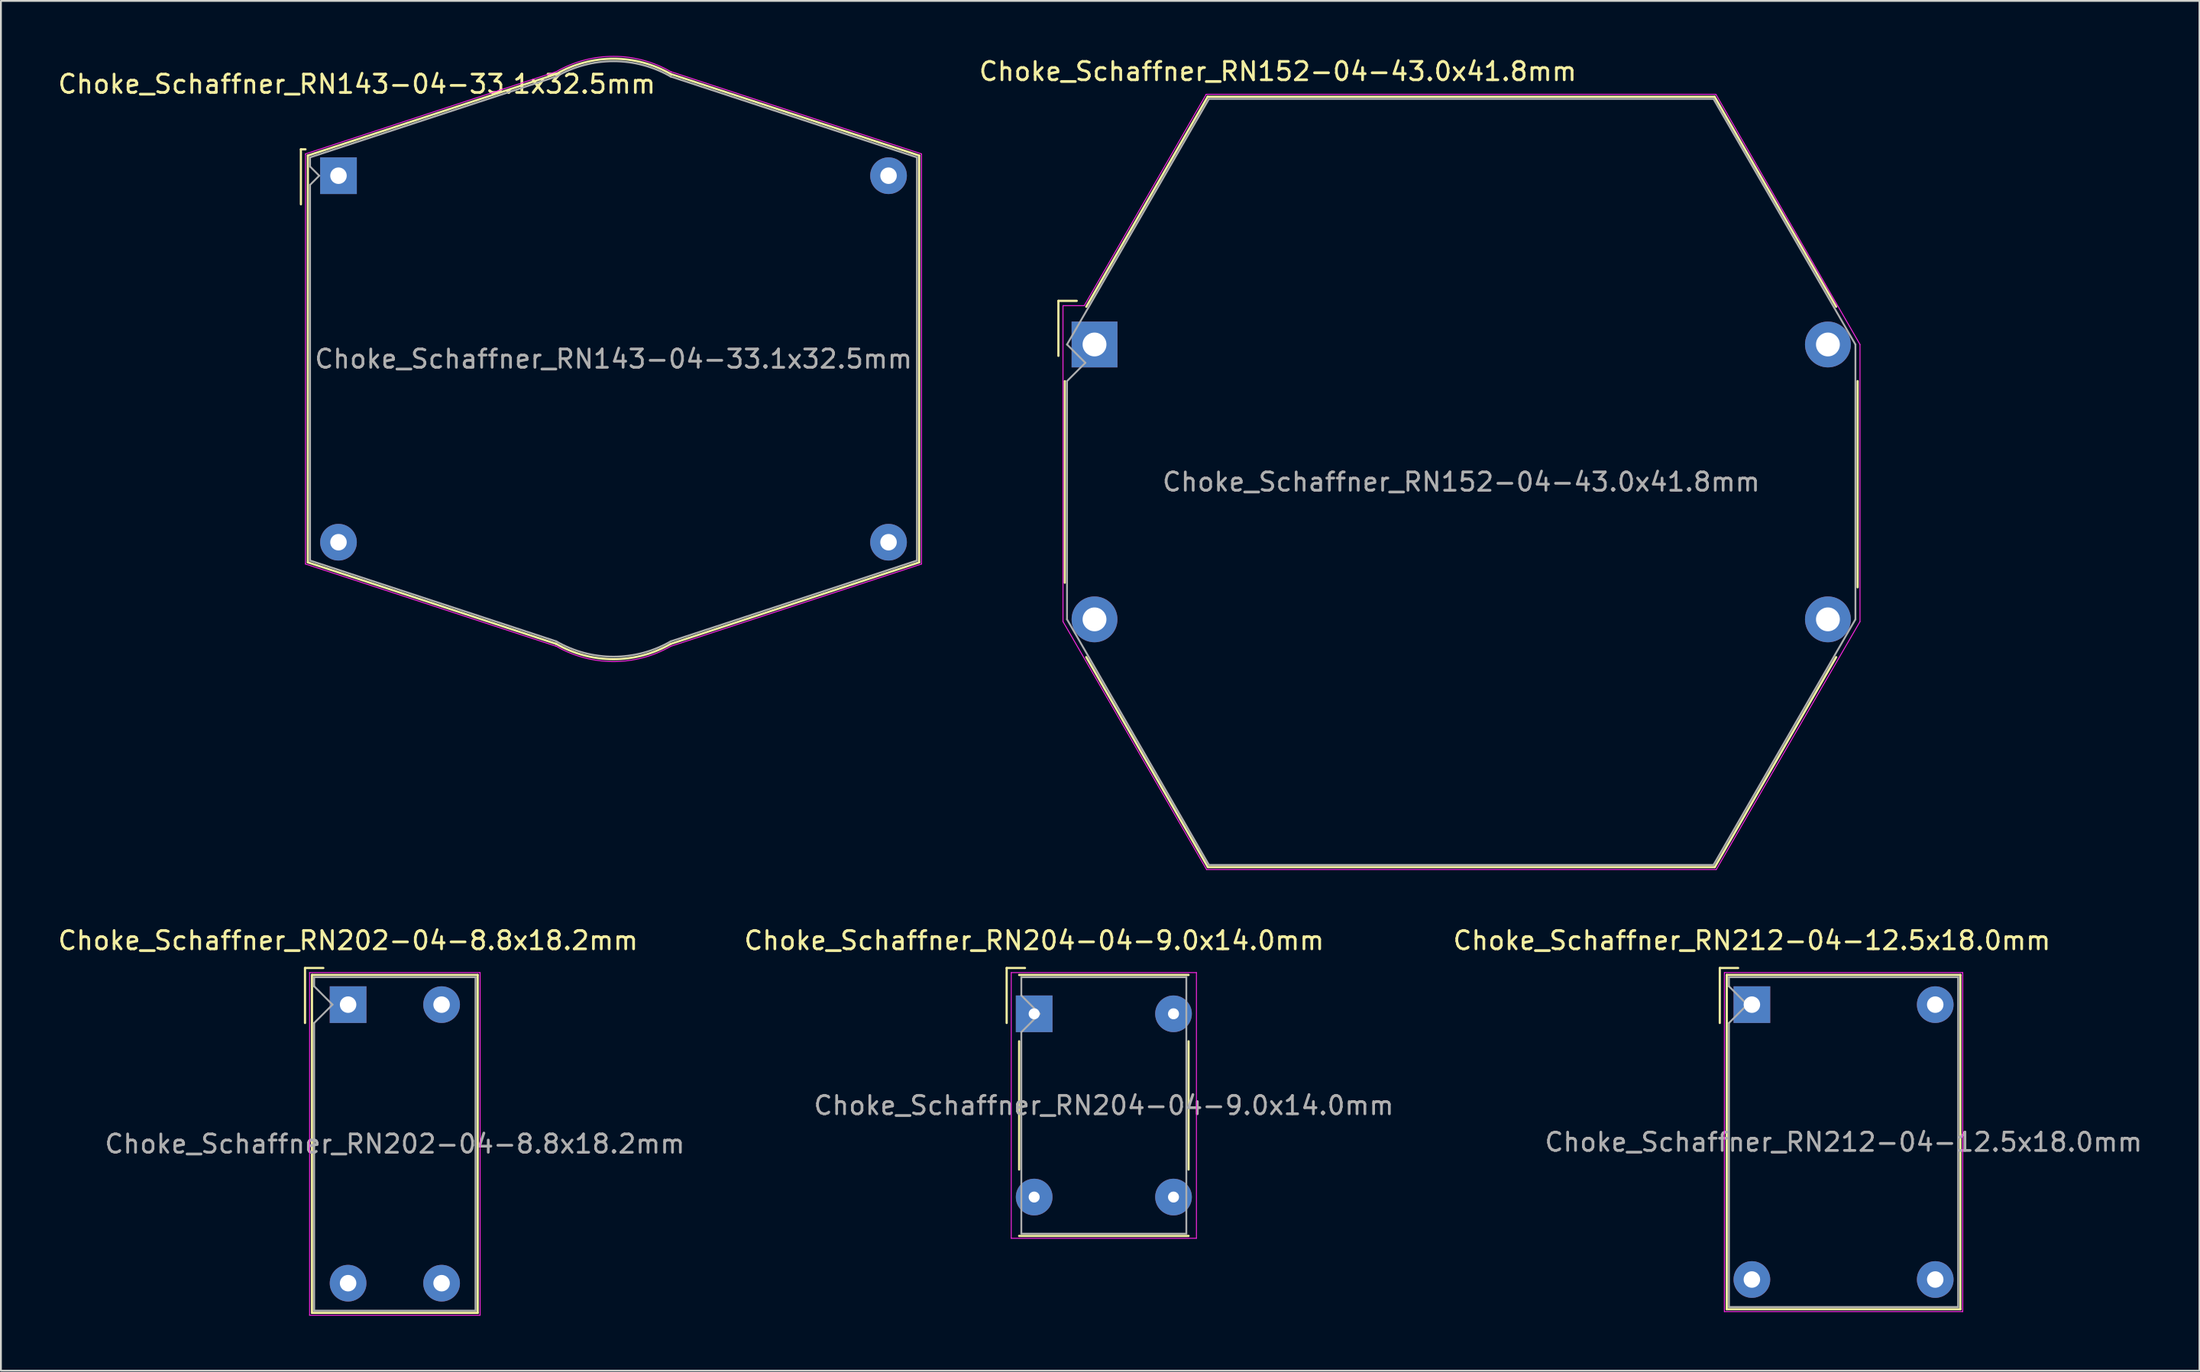
<source format=kicad_pcb>
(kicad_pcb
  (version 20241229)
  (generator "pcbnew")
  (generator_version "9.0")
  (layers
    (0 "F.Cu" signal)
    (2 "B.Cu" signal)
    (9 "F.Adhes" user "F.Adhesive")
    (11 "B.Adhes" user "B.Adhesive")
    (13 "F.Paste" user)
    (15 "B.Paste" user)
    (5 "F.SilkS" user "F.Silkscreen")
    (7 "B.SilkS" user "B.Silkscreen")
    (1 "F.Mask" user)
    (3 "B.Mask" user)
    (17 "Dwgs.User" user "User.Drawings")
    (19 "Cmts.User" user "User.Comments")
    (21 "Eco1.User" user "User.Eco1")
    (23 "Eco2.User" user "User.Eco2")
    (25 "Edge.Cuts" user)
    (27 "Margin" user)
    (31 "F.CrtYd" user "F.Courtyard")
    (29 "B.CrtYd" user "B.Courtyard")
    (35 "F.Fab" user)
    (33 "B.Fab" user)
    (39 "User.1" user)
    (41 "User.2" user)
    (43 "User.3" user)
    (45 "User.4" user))
  (footprint "Choke_Schaffner_RN143-04-33.1x32.5mm"
    (layer "F.Cu")
    (at 15.411 6.538)
    (property "Reference" "Choke_Schaffner_RN143-04-33.1x32.5mm" (at 1 -5 0) (layer "F.SilkS") (effects (font (size 1 1) (thickness 0.15))))
    (attr through_hole)
    (fp_line (start -2.05 -1.44) (end -2.05 1.56) (stroke (width 0.12) (type solid)) (layer "F.SilkS"))
    (fp_line (start -2.05 -1.44) (end -1.8 -1.44) (stroke (width 0.12) (type solid)) (layer "F.SilkS"))
    (fp_line (start -1.67 -1.1) (end 11.88 -5.55) (stroke (width 0.12) (type solid)) (layer "F.SilkS"))
    (fp_line (start -1.67 21.1) (end -1.67 -1.1) (stroke (width 0.12) (type solid)) (layer "F.SilkS"))
    (fp_line (start 11.88 25.55) (end -1.67 21.1) (stroke (width 0.12) (type solid)) (layer "F.SilkS"))
    (fp_line (start 18.12 -5.55) (end 31.67 -1.1) (stroke (width 0.12) (type solid)) (layer "F.SilkS"))
    (fp_line (start 31.67 -1.1) (end 31.67 21.1) (stroke (width 0.12) (type solid)) (layer "F.SilkS"))
    (fp_line (start 31.67 21.1) (end 18.12 25.55) (stroke (width 0.12) (type solid)) (layer "F.SilkS"))
    (fp_arc (start 11.88 -5.55) (mid 15.013001 -6.382518) (end 18.142518 -5.536999) (stroke (width 0.12) (type solid)) (layer "F.SilkS"))
    (fp_arc (start 18.12 25.55) (mid 14.986999 26.382518) (end 11.857482 25.536999) (stroke (width 0.12) (type solid)) (layer "F.SilkS"))
    (fp_line (start -1.8 -1.19) (end 11.88 -5.68) (stroke (width 0.05) (type solid)) (layer "F.CrtYd"))
    (fp_line (start -1.8 21.19) (end -1.8 -1.19) (stroke (width 0.05) (type solid)) (layer "F.CrtYd"))
    (fp_line (start 11.88 25.68) (end -1.8 21.19) (stroke (width 0.05) (type solid)) (layer "F.CrtYd"))
    (fp_line (start 18.12 -5.68) (end 31.8 -1.19) (stroke (width 0.05) (type solid)) (layer "F.CrtYd"))
    (fp_line (start 31.8 -1.19) (end 31.8 21.19) (stroke (width 0.05) (type solid)) (layer "F.CrtYd"))
    (fp_line (start 31.8 21.19) (end 18.12 25.68) (stroke (width 0.05) (type solid)) (layer "F.CrtYd"))
    (fp_arc (start 11.88 -5.68) (mid 15.013001 -6.512518) (end 18.142518 -5.666999) (stroke (width 0.05) (type solid)) (layer "F.CrtYd"))
    (fp_arc (start 18.12 25.68) (mid 14.986999 26.512518) (end 11.857482 25.666999) (stroke (width 0.05) (type solid)) (layer "F.CrtYd"))
    (fp_line (start -1.55 -1) (end 11.88 -5.41) (stroke (width 0.1) (type solid)) (layer "F.Fab"))
    (fp_line (start -1.55 -0.5) (end -1.55 -1) (stroke (width 0.1) (type solid)) (layer "F.Fab"))
    (fp_line (start -1.55 0.5) (end -1.05 0) (stroke (width 0.1) (type solid)) (layer "F.Fab"))
    (fp_line (start -1.55 21) (end -1.55 0.5) (stroke (width 0.1) (type solid)) (layer "F.Fab"))
    (fp_line (start -1.05 0) (end -1.55 -0.5) (stroke (width 0.1) (type solid)) (layer "F.Fab"))
    (fp_line (start 11.88 25.41) (end -1.55 21) (stroke (width 0.1) (type solid)) (layer "F.Fab"))
    (fp_line (start 18.12 -5.41) (end 31.55 -1) (stroke (width 0.1) (type solid)) (layer "F.Fab"))
    (fp_line (start 31.55 -1) (end 31.55 21) (stroke (width 0.1) (type solid)) (layer "F.Fab"))
    (fp_line (start 31.55 21) (end 18.12 25.41) (stroke (width 0.1) (type solid)) (layer "F.Fab"))
    (fp_arc (start 11.88 -5.41) (mid 15.003001 -6.245197) (end 18.125197 -5.406999) (stroke (width 0.1) (type solid)) (layer "F.Fab"))
    (fp_arc (start 18.12 25.41) (mid 14.996999 26.245197) (end 11.874803 25.406999) (stroke (width 0.1) (type solid)) (layer "F.Fab"))
    (fp_text user "${REFERENCE}" (at 15 10 0) (layer "F.Fab") (effects (font (size 1 1) (thickness 0.15))))
    (pad "1" thru_hole rect (at 0 0) (size 2 2) (drill 0.9) (layers "*.Cu" "*.Mask"))
    (pad "2" thru_hole circle (at 30 0) (size 2 2) (drill 0.9) (layers "*.Cu" "*.Mask"))
    (pad "3" thru_hole circle (at 0 20) (size 2 2) (drill 0.9) (layers "*.Cu" "*.Mask"))
    (pad "4" thru_hole circle (at 30 20) (size 2 2) (drill 0.9) (layers "*.Cu" "*.Mask")))
  (footprint "Choke_Schaffner_RN212-04-12.5x18.0mm"
    (layer "F.Cu")
    (at 92.499 51.772)
    (property "Reference" "Choke_Schaffner_RN212-04-12.5x18.0mm" (at 0 -3.5 0) (layer "F.SilkS") (effects (font (size 1 1) (thickness 0.15))))
    (attr through_hole)
    (fp_line (start -1.75 -2) (end -1.75 1) (stroke (width 0.12) (type solid)) (layer "F.SilkS"))
    (fp_line (start -1.75 -2) (end -0.75 -2) (stroke (width 0.12) (type solid)) (layer "F.SilkS"))
    (fp_line (start -1.37 -1.62) (end 11.37 -1.62) (stroke (width 0.12) (type solid)) (layer "F.SilkS"))
    (fp_line (start -1.37 16.62) (end -1.37 -1.62) (stroke (width 0.12) (type solid)) (layer "F.SilkS"))
    (fp_line (start 11.37 -1.62) (end 11.37 16.62) (stroke (width 0.12) (type solid)) (layer "F.SilkS"))
    (fp_line (start 11.37 16.62) (end -1.37 16.62) (stroke (width 0.12) (type solid)) (layer "F.SilkS"))
    (fp_line (start -1.5 -1.75) (end -1.5 16.75) (stroke (width 0.05) (type solid)) (layer "F.CrtYd"))
    (fp_line (start -1.5 16.75) (end 11.5 16.75) (stroke (width 0.05) (type solid)) (layer "F.CrtYd"))
    (fp_line (start 11.5 -1.75) (end -1.5 -1.75) (stroke (width 0.05) (type solid)) (layer "F.CrtYd"))
    (fp_line (start 11.5 16.75) (end 11.5 -1.75) (stroke (width 0.05) (type solid)) (layer "F.CrtYd"))
    (fp_line (start -1.25 -1.5) (end 11.25 -1.5) (stroke (width 0.1) (type solid)) (layer "F.Fab"))
    (fp_line (start -1.25 -1) (end -1.25 -1.5) (stroke (width 0.1) (type solid)) (layer "F.Fab"))
    (fp_line (start -1.25 1) (end -0.25 0) (stroke (width 0.1) (type solid)) (layer "F.Fab"))
    (fp_line (start -1.25 16.5) (end -1.25 1) (stroke (width 0.1) (type solid)) (layer "F.Fab"))
    (fp_line (start -0.25 0) (end -1.25 -1) (stroke (width 0.1) (type solid)) (layer "F.Fab"))
    (fp_line (start 11.25 -1.5) (end 11.25 16.5) (stroke (width 0.1) (type solid)) (layer "F.Fab"))
    (fp_line (start 11.25 16.5) (end -1.25 16.5) (stroke (width 0.1) (type solid)) (layer "F.Fab"))
    (fp_text user "${REFERENCE}" (at 5 7.5 0) (layer "F.Fab") (effects (font (size 1 1) (thickness 0.15))))
    (pad "1" thru_hole rect (at 0 0) (size 2 2) (drill 0.9) (layers "*.Cu" "*.Mask"))
    (pad "2" thru_hole circle (at 10 0) (size 2 2) (drill 0.9) (layers "*.Cu" "*.Mask"))
    (pad "3" thru_hole circle (at 0 15) (size 2 2) (drill 0.9) (layers "*.Cu" "*.Mask"))
    (pad "4" thru_hole circle (at 10 15) (size 2 2) (drill 0.9) (layers "*.Cu" "*.Mask")))
  (footprint "Choke_Schaffner_RN202-04-8.8x18.2mm"
    (layer "F.Cu")
    (at 15.935 51.772)
    (property "Reference" "Choke_Schaffner_RN202-04-8.8x18.2mm" (at 0 -3.5 0) (layer "F.SilkS") (effects (font (size 1 1) (thickness 0.15))))
    (attr through_hole)
    (fp_line (start -2.35 -2) (end -2.35 1) (stroke (width 0.12) (type solid)) (layer "F.SilkS"))
    (fp_line (start -2.35 -2) (end -1.35 -2) (stroke (width 0.12) (type solid)) (layer "F.SilkS"))
    (fp_line (start -1.97 -1.62) (end 7.07 -1.62) (stroke (width 0.12) (type solid)) (layer "F.SilkS"))
    (fp_line (start -1.97 16.82) (end -1.97 -1.62) (stroke (width 0.12) (type solid)) (layer "F.SilkS"))
    (fp_line (start 7.07 -1.62) (end 7.07 16.82) (stroke (width 0.12) (type solid)) (layer "F.SilkS"))
    (fp_line (start 7.07 16.82) (end -1.97 16.82) (stroke (width 0.12) (type solid)) (layer "F.SilkS"))
    (fp_line (start -2.1 -1.75) (end -2.1 16.95) (stroke (width 0.05) (type solid)) (layer "F.CrtYd"))
    (fp_line (start -2.1 16.95) (end 7.2 16.95) (stroke (width 0.05) (type solid)) (layer "F.CrtYd"))
    (fp_line (start 7.2 -1.75) (end -2.1 -1.75) (stroke (width 0.05) (type solid)) (layer "F.CrtYd"))
    (fp_line (start 7.2 16.95) (end 7.2 -1.75) (stroke (width 0.05) (type solid)) (layer "F.CrtYd"))
    (fp_line (start -1.85 -1.5) (end 6.95 -1.5) (stroke (width 0.1) (type solid)) (layer "F.Fab"))
    (fp_line (start -1.85 -1) (end -1.85 -1.5) (stroke (width 0.1) (type solid)) (layer "F.Fab"))
    (fp_line (start -1.85 1) (end -0.85 0) (stroke (width 0.1) (type solid)) (layer "F.Fab"))
    (fp_line (start -1.85 16.7) (end -1.85 1) (stroke (width 0.1) (type solid)) (layer "F.Fab"))
    (fp_line (start -0.85 0) (end -1.85 -1) (stroke (width 0.1) (type solid)) (layer "F.Fab"))
    (fp_line (start 6.95 -1.5) (end 6.95 16.7) (stroke (width 0.1) (type solid)) (layer "F.Fab"))
    (fp_line (start 6.95 16.7) (end -1.85 16.7) (stroke (width 0.1) (type solid)) (layer "F.Fab"))
    (fp_text user "${REFERENCE}" (at 2.55 7.6 0) (layer "F.Fab") (effects (font (size 1 1) (thickness 0.15))))
    (pad "1" thru_hole rect (at 0 0) (size 2 2) (drill 0.9) (layers "*.Cu" "*.Mask"))
    (pad "2" thru_hole circle (at 5.1 0) (size 2 2) (drill 0.9) (layers "*.Cu" "*.Mask"))
    (pad "3" thru_hole circle (at 0 15.2) (size 2 2) (drill 0.9) (layers "*.Cu" "*.Mask"))
    (pad "4" thru_hole circle (at 5.1 15.2) (size 2 2) (drill 0.9) (layers "*.Cu" "*.Mask")))
  (footprint "Choke_Schaffner_RN152-04-43.0x41.8mm"
    (layer "F.Cu")
    (at 56.646 15.748)
    (property "Reference" "Choke_Schaffner_RN152-04-43.0x41.8mm" (at 10 -14.9 0) (layer "F.SilkS") (effects (font (size 1 1) (thickness 0.15))))
    (attr through_hole)
    (fp_line (start -1.97 -2.38) (end -1.97 0.62) (stroke (width 0.12) (type solid)) (layer "F.SilkS"))
    (fp_line (start -1.97 -2.38) (end -0.97 -2.38) (stroke (width 0.12) (type solid)) (layer "F.SilkS"))
    (fp_line (start -1.62 13) (end -1.62 2) (stroke (width 0.12) (type solid)) (layer "F.SilkS"))
    (fp_line (start -0.45 -2.06) (end 6.17 -13.52) (stroke (width 0.12) (type solid)) (layer "F.SilkS"))
    (fp_line (start 6.17 -13.52) (end 33.82 -13.52) (stroke (width 0.12) (type solid)) (layer "F.SilkS"))
    (fp_line (start 6.18 28.52) (end -0.45 17.06) (stroke (width 0.12) (type solid)) (layer "F.SilkS"))
    (fp_line (start 33.82 -13.52) (end 40.45 -2.06) (stroke (width 0.12) (type solid)) (layer "F.SilkS"))
    (fp_line (start 33.83 28.52) (end 6.18 28.52) (stroke (width 0.12) (type solid)) (layer "F.SilkS"))
    (fp_line (start 40.45 17.06) (end 33.83 28.52) (stroke (width 0.12) (type solid)) (layer "F.SilkS"))
    (fp_line (start 41.62 2) (end 41.62 13.25) (stroke (width 0.12) (type solid)) (layer "F.SilkS"))
    (fp_line (start -1.72 -2.12) (end -0.56 -2.12) (stroke (width 0.05) (type solid)) (layer "F.CrtYd"))
    (fp_line (start -1.72 15.12) (end -1.72 -2.12) (stroke (width 0.05) (type solid)) (layer "F.CrtYd"))
    (fp_line (start -0.56 -2.12) (end 6.09 -13.65) (stroke (width 0.05) (type solid)) (layer "F.CrtYd"))
    (fp_line (start 6.09 -13.65) (end 33.89 -13.65) (stroke (width 0.05) (type solid)) (layer "F.CrtYd"))
    (fp_line (start 6.11 28.65) (end -1.72 15.12) (stroke (width 0.05) (type solid)) (layer "F.CrtYd"))
    (fp_line (start 33.89 -13.65) (end 41.75 0) (stroke (width 0.05) (type solid)) (layer "F.CrtYd"))
    (fp_line (start 33.91 28.65) (end 6.11 28.65) (stroke (width 0.05) (type solid)) (layer "F.CrtYd"))
    (fp_line (start 41.75 0) (end 41.75 15.12) (stroke (width 0.05) (type solid)) (layer "F.CrtYd"))
    (fp_line (start 41.75 15.12) (end 33.91 28.65) (stroke (width 0.05) (type solid)) (layer "F.CrtYd"))
    (fp_line (start -1.5 0) (end 6.24 -13.4) (stroke (width 0.1) (type solid)) (layer "F.Fab"))
    (fp_line (start -1.5 2) (end -0.5 1) (stroke (width 0.1) (type solid)) (layer "F.Fab"))
    (fp_line (start -1.5 15) (end -1.5 2) (stroke (width 0.1) (type solid)) (layer "F.Fab"))
    (fp_line (start -0.5 1) (end -1.5 0) (stroke (width 0.1) (type solid)) (layer "F.Fab"))
    (fp_line (start 6.24 -13.4) (end 33.76 -13.4) (stroke (width 0.1) (type solid)) (layer "F.Fab"))
    (fp_line (start 6.24 28.4) (end -1.5 15) (stroke (width 0.1) (type solid)) (layer "F.Fab"))
    (fp_line (start 33.76 -13.4) (end 41.5 0) (stroke (width 0.1) (type solid)) (layer "F.Fab"))
    (fp_line (start 33.76 28.4) (end 6.24 28.4) (stroke (width 0.1) (type solid)) (layer "F.Fab"))
    (fp_line (start 41.5 0) (end 41.5 15) (stroke (width 0.1) (type solid)) (layer "F.Fab"))
    (fp_line (start 41.5 15) (end 33.76 28.4) (stroke (width 0.1) (type solid)) (layer "F.Fab"))
    (fp_text user "${REFERENCE}" (at 20 7.5 0) (layer "F.Fab") (effects (font (size 1 1) (thickness 0.15))))
    (pad "1" thru_hole rect (at 0 0) (size 2.5 2.5) (drill 1.3) (layers "*.Cu" "*.Mask"))
    (pad "2" thru_hole circle (at 40 0) (size 2.5 2.5) (drill 1.3) (layers "*.Cu" "*.Mask"))
    (pad "3" thru_hole circle (at 0 15) (size 2.5 2.5) (drill 1.3) (layers "*.Cu" "*.Mask"))
    (pad "4" thru_hole circle (at 40 15) (size 2.5 2.5) (drill 1.3) (layers "*.Cu" "*.Mask")))
  (footprint "Choke_Schaffner_RN204-04-9.0x14.0mm"
    (layer "F.Cu")
    (at 53.354 52.272)
    (property "Reference" "Choke_Schaffner_RN204-04-9.0x14.0mm" (at 0 -4 0) (layer "F.SilkS") (effects (font (size 1 1) (thickness 0.15))))
    (attr through_hole)
    (fp_line (start -1.5 -2.5) (end -1.5 0.5) (stroke (width 0.12) (type solid)) (layer "F.SilkS"))
    (fp_line (start -1.5 -2.5) (end -0.5 -2.5) (stroke (width 0.12) (type solid)) (layer "F.SilkS"))
    (fp_line (start -0.82 -2.12) (end 8.42 -2.12) (stroke (width 0.12) (type solid)) (layer "F.SilkS"))
    (fp_line (start -0.82 1.5) (end -0.82 8.5) (stroke (width 0.12) (type solid)) (layer "F.SilkS"))
    (fp_line (start 8.42 1.5) (end 8.42 8.5) (stroke (width 0.12) (type solid)) (layer "F.SilkS"))
    (fp_line (start 8.42 12.12) (end -0.82 12.12) (stroke (width 0.12) (type solid)) (layer "F.SilkS"))
    (fp_line (start -1.25 -2.25) (end -1.25 12.25) (stroke (width 0.05) (type solid)) (layer "F.CrtYd"))
    (fp_line (start -1.25 12.25) (end 8.85 12.25) (stroke (width 0.05) (type solid)) (layer "F.CrtYd"))
    (fp_line (start 8.85 -2.25) (end -1.25 -2.25) (stroke (width 0.05) (type solid)) (layer "F.CrtYd"))
    (fp_line (start 8.85 12.25) (end 8.85 -2.25) (stroke (width 0.05) (type solid)) (layer "F.CrtYd"))
    (fp_line (start -0.7 -2) (end 8.3 -2) (stroke (width 0.1) (type solid)) (layer "F.Fab"))
    (fp_line (start -0.7 -1) (end -0.7 -2) (stroke (width 0.1) (type solid)) (layer "F.Fab"))
    (fp_line (start -0.7 1) (end 0.3 0) (stroke (width 0.1) (type solid)) (layer "F.Fab"))
    (fp_line (start -0.7 12) (end -0.7 1) (stroke (width 0.1) (type solid)) (layer "F.Fab"))
    (fp_line (start 0.3 0) (end -0.7 -1) (stroke (width 0.1) (type solid)) (layer "F.Fab"))
    (fp_line (start 8.3 -2) (end 8.3 12) (stroke (width 0.1) (type solid)) (layer "F.Fab"))
    (fp_line (start 8.3 12) (end -0.7 12) (stroke (width 0.1) (type solid)) (layer "F.Fab"))
    (fp_text user "${REFERENCE}" (at 3.8 5 0) (layer "F.Fab") (effects (font (size 1 1) (thickness 0.15))))
    (pad "1" thru_hole rect (at 0 0) (size 2 2) (drill 0.6) (layers "*.Cu" "*.Mask"))
    (pad "2" thru_hole circle (at 7.6 0) (size 2 2) (drill 0.6) (layers "*.Cu" "*.Mask"))
    (pad "3" thru_hole circle (at 0 10) (size 2 2) (drill 0.6) (layers "*.Cu" "*.Mask"))
    (pad "4" thru_hole circle (at 7.6 10) (size 2 2) (drill 0.6) (layers "*.Cu" "*.Mask")))
  (gr_rect
    (start -3 -3)
    (end 116.91 71.746)
    (stroke (width 0.1) (type default))
    (fill no)
    (layer "Edge.Cuts")))
</source>
